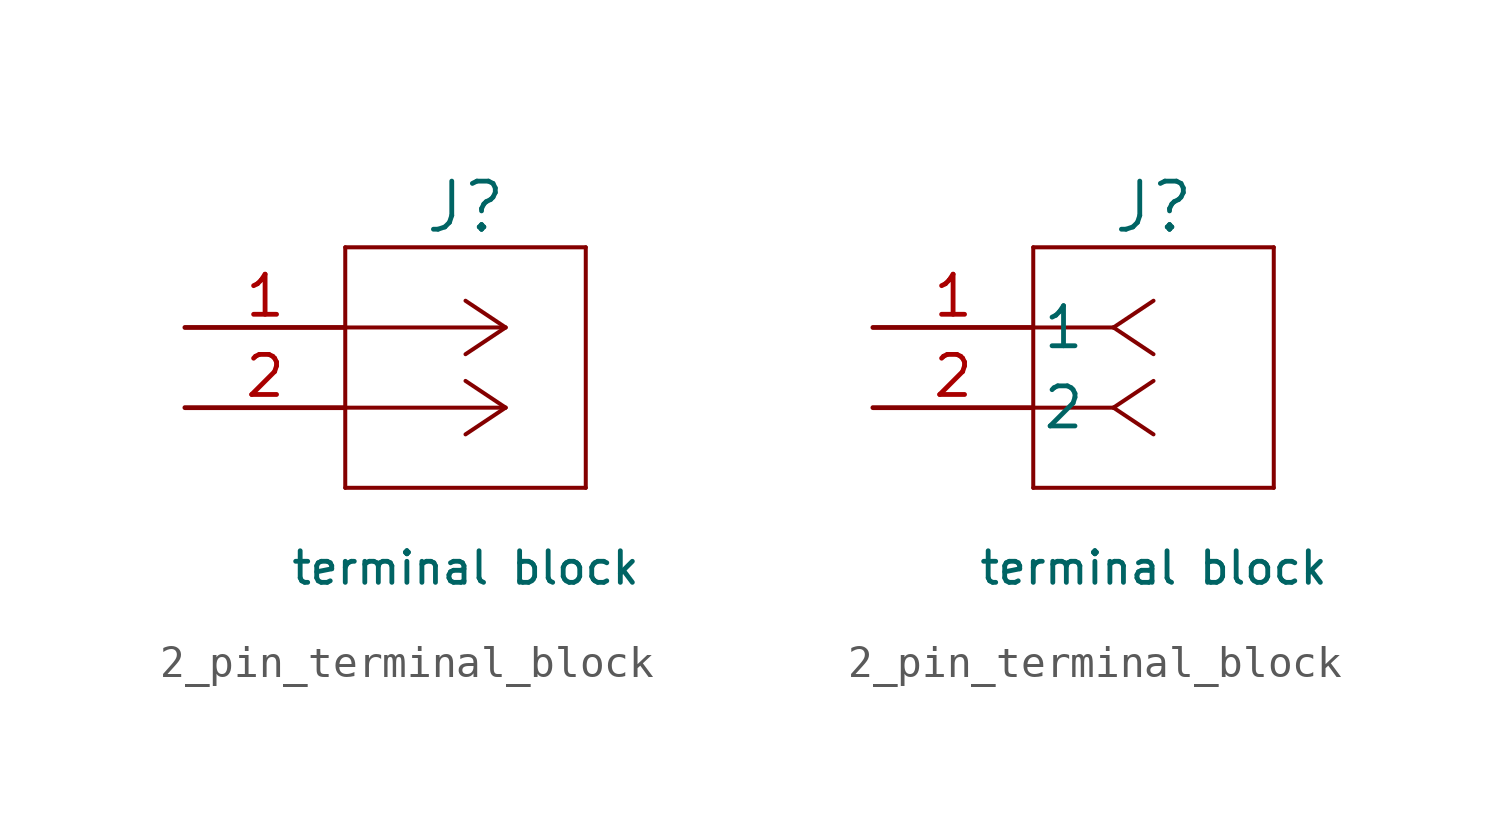
<source format=kicad_sym>
(kicad_symbol_lib
  (version 20220914)
  (generator kicad_symbol_editor)
  (symbol "2_pin_terminal_block"
    (pin_names
      (offset 0.254))
    (property "Reference" "J"
      (at 8.89 3.81 0)
      (effects (font (size 1.524 1.524))))
    (property "Value" "terminal block"
      (at 8.89 -7.62 0)
      (effects (font (size 1 1))))
    (property "ki_locked" ""
      (at 0 0 0)
      (effects (font (size 1.27 1.27))))
    (symbol "2_pin_terminal_block_1_1"
      (polyline (pts (xy 5.08 -5.08) (xy 12.7 -5.08)) (stroke (width 0.127) (type default)) (fill (type none)))
      (polyline (pts (xy 5.08 2.54) (xy 5.08 -5.08)) (stroke (width 0.127) (type default)) (fill (type none)))
      (polyline (pts (xy 10.16 -2.54) (xy 5.08 -2.54)) (stroke (width 0.127) (type default)) (fill (type none)))
      (polyline (pts (xy 10.16 -2.54) (xy 8.89 -3.387)) (stroke (width 0.127) (type default)) (fill (type none)))
      (polyline (pts (xy 10.16 -2.54) (xy 8.89 -1.693)) (stroke (width 0.127) (type default)) (fill (type none)))
      (polyline (pts (xy 10.16 0) (xy 5.08 0)) (stroke (width 0.127) (type default)) (fill (type none)))
      (polyline (pts (xy 10.16 0) (xy 8.89 -0.847)) (stroke (width 0.127) (type default)) (fill (type none)))
      (polyline (pts (xy 10.16 0) (xy 8.89 0.847)) (stroke (width 0.127) (type default)) (fill (type none)))
      (polyline (pts (xy 12.7 -5.08) (xy 12.7 2.54)) (stroke (width 0.127) (type default)) (fill (type none)))
      (polyline (pts (xy 12.7 2.54) (xy 5.08 2.54)) (stroke (width 0.127) (type default)) (fill (type none)))
      (pin unspecified line (at 0 0 0) (length 5.08) (name "" (effects (font (size 1.27 1.27)))) (number "1" (effects (font (size 1.27 1.27)))))
      (pin unspecified line (at 0 -2.54 0) (length 5.08) (name "" (effects (font (size 1.27 1.27)))) (number "2" (effects (font (size 1.27 1.27))))))
    (symbol "2_pin_terminal_block_1_2"
      (polyline (pts (xy 5.08 -5.08) (xy 12.7 -5.08)) (stroke (width 0.127) (type default)) (fill (type none)))
      (polyline (pts (xy 5.08 2.54) (xy 5.08 -5.08)) (stroke (width 0.127) (type default)) (fill (type none)))
      (polyline (pts (xy 7.62 -2.54) (xy 5.08 -2.54)) (stroke (width 0.127) (type default)) (fill (type none)))
      (polyline (pts (xy 7.62 -2.54) (xy 8.89 -3.387)) (stroke (width 0.127) (type default)) (fill (type none)))
      (polyline (pts (xy 7.62 -2.54) (xy 8.89 -1.693)) (stroke (width 0.127) (type default)) (fill (type none)))
      (polyline (pts (xy 7.62 0) (xy 5.08 0)) (stroke (width 0.127) (type default)) (fill (type none)))
      (polyline (pts (xy 7.62 0) (xy 8.89 -0.847)) (stroke (width 0.127) (type default)) (fill (type none)))
      (polyline (pts (xy 7.62 0) (xy 8.89 0.847)) (stroke (width 0.127) (type default)) (fill (type none)))
      (polyline (pts (xy 12.7 -5.08) (xy 12.7 2.54)) (stroke (width 0.127) (type default)) (fill (type none)))
      (polyline (pts (xy 12.7 2.54) (xy 5.08 2.54)) (stroke (width 0.127) (type default)) (fill (type none)))
      (pin unspecified line (at 0 0 0) (length 5.08) (name "1" (effects (font (size 1.27 1.27)))) (number "1" (effects (font (size 1.27 1.27)))))
      (pin unspecified line (at 0 -2.54 0) (length 5.08) (name "2" (effects (font (size 1.27 1.27)))) (number "2" (effects (font (size 1.27 1.27))))))))
</source>
